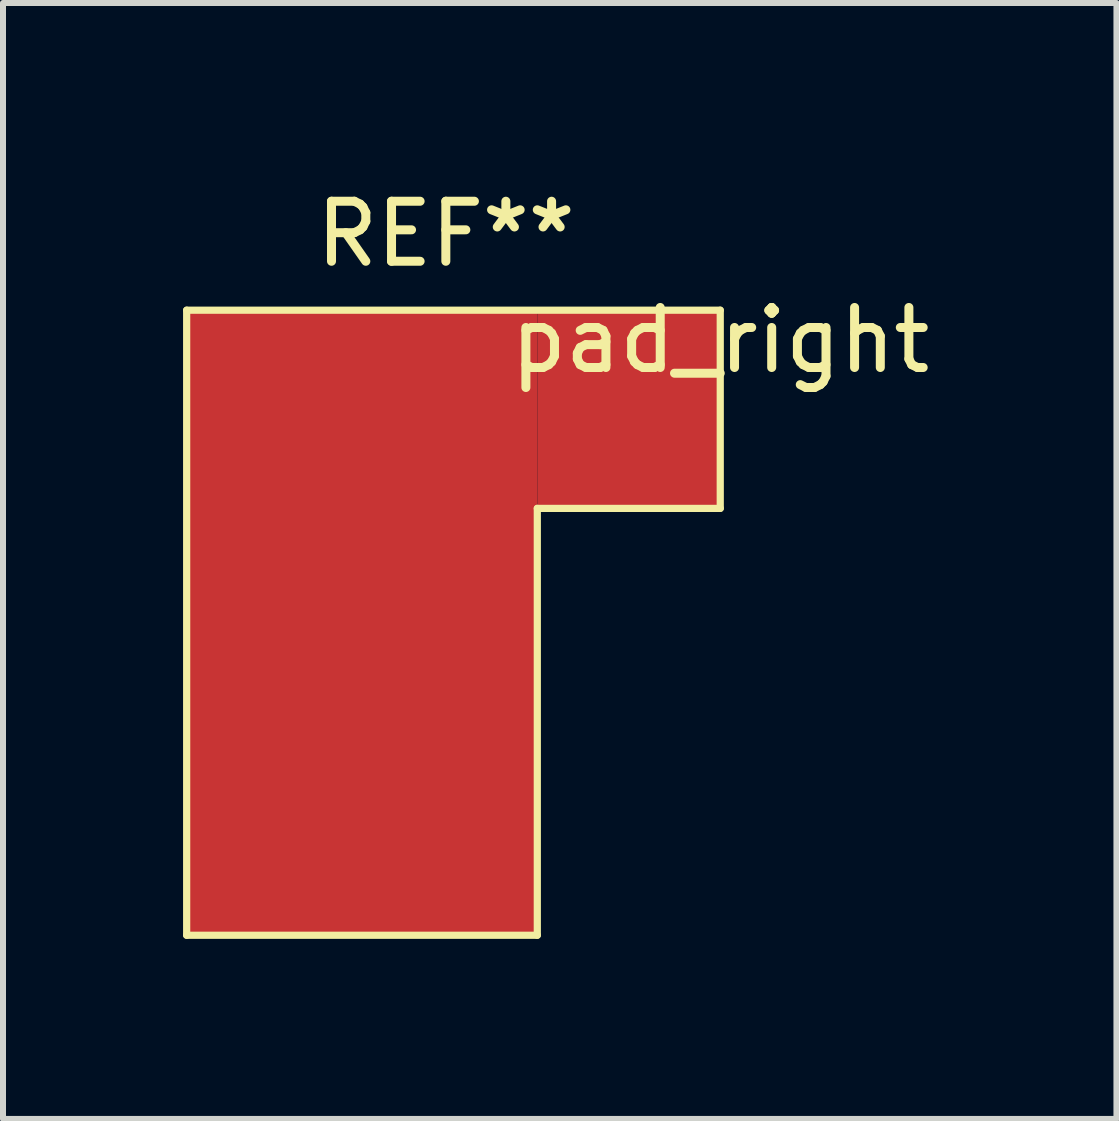
<source format=kicad_pcb>
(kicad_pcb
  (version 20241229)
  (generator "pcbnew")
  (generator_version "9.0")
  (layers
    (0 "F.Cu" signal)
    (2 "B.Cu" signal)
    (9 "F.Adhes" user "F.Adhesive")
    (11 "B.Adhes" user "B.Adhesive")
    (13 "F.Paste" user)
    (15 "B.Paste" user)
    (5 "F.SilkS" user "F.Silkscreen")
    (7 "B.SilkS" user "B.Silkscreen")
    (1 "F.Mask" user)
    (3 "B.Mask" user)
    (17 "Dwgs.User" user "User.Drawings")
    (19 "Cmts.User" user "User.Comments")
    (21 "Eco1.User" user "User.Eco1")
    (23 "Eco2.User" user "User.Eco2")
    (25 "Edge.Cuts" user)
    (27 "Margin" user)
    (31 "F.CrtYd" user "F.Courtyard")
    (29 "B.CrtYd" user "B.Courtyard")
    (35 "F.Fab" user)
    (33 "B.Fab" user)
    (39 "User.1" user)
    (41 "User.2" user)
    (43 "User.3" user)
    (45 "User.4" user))
  (footprint "pad_right"
    (layer "F.Cu")
    (at 8.95 2.118)
    (property "Reference" "pad_right" (at 0 0.5 0) (layer "F.SilkS") (effects (font (size 1 1) (thickness 0.15))))
    (attr through_hole)
    (fp_line (start -8.89 10.414) (end -8.89 0) (stroke (width 0.12) (type solid)) (layer "F.SilkS"))
    (fp_line (start -8.89 10.414) (end -3.048 10.414) (stroke (width 0.12) (type solid)) (layer "F.SilkS"))
    (fp_line (start -3.048 3.302) (end -3.048 10.414) (stroke (width 0.12) (type solid)) (layer "F.SilkS"))
    (fp_line (start 0 0) (end -8.89 0) (stroke (width 0.12) (type solid)) (layer "F.SilkS"))
    (fp_line (start 0 0) (end 0 3.302) (stroke (width 0.12) (type solid)) (layer "F.SilkS"))
    (fp_line (start 0 3.302) (end -3.048 3.302) (stroke (width 0.12) (type solid)) (layer "F.SilkS"))
    (fp_text user "REF**" (at -4.572 -1.27 0) (layer "F.SilkS") (effects (font (size 1 1) (thickness 0.15))))
    (pad "1" smd custom (at -5.969 5.207) (size 5.84 10.41) (layers "F.Cu" "F.Mask" "F.Paste") (options (anchor rect)) (primitives))
    (pad "1" smd custom (at -1.524 1.651) (size 3.048 3.302) (layers "F.Cu" "F.Mask" "F.Paste") (options (anchor rect)) (primitives)))
  (gr_rect
    (start -3 -3)
    (end 15.551 15.592)
    (stroke (width 0.1) (type default))
    (fill no)
    (layer "Edge.Cuts")))
</source>
